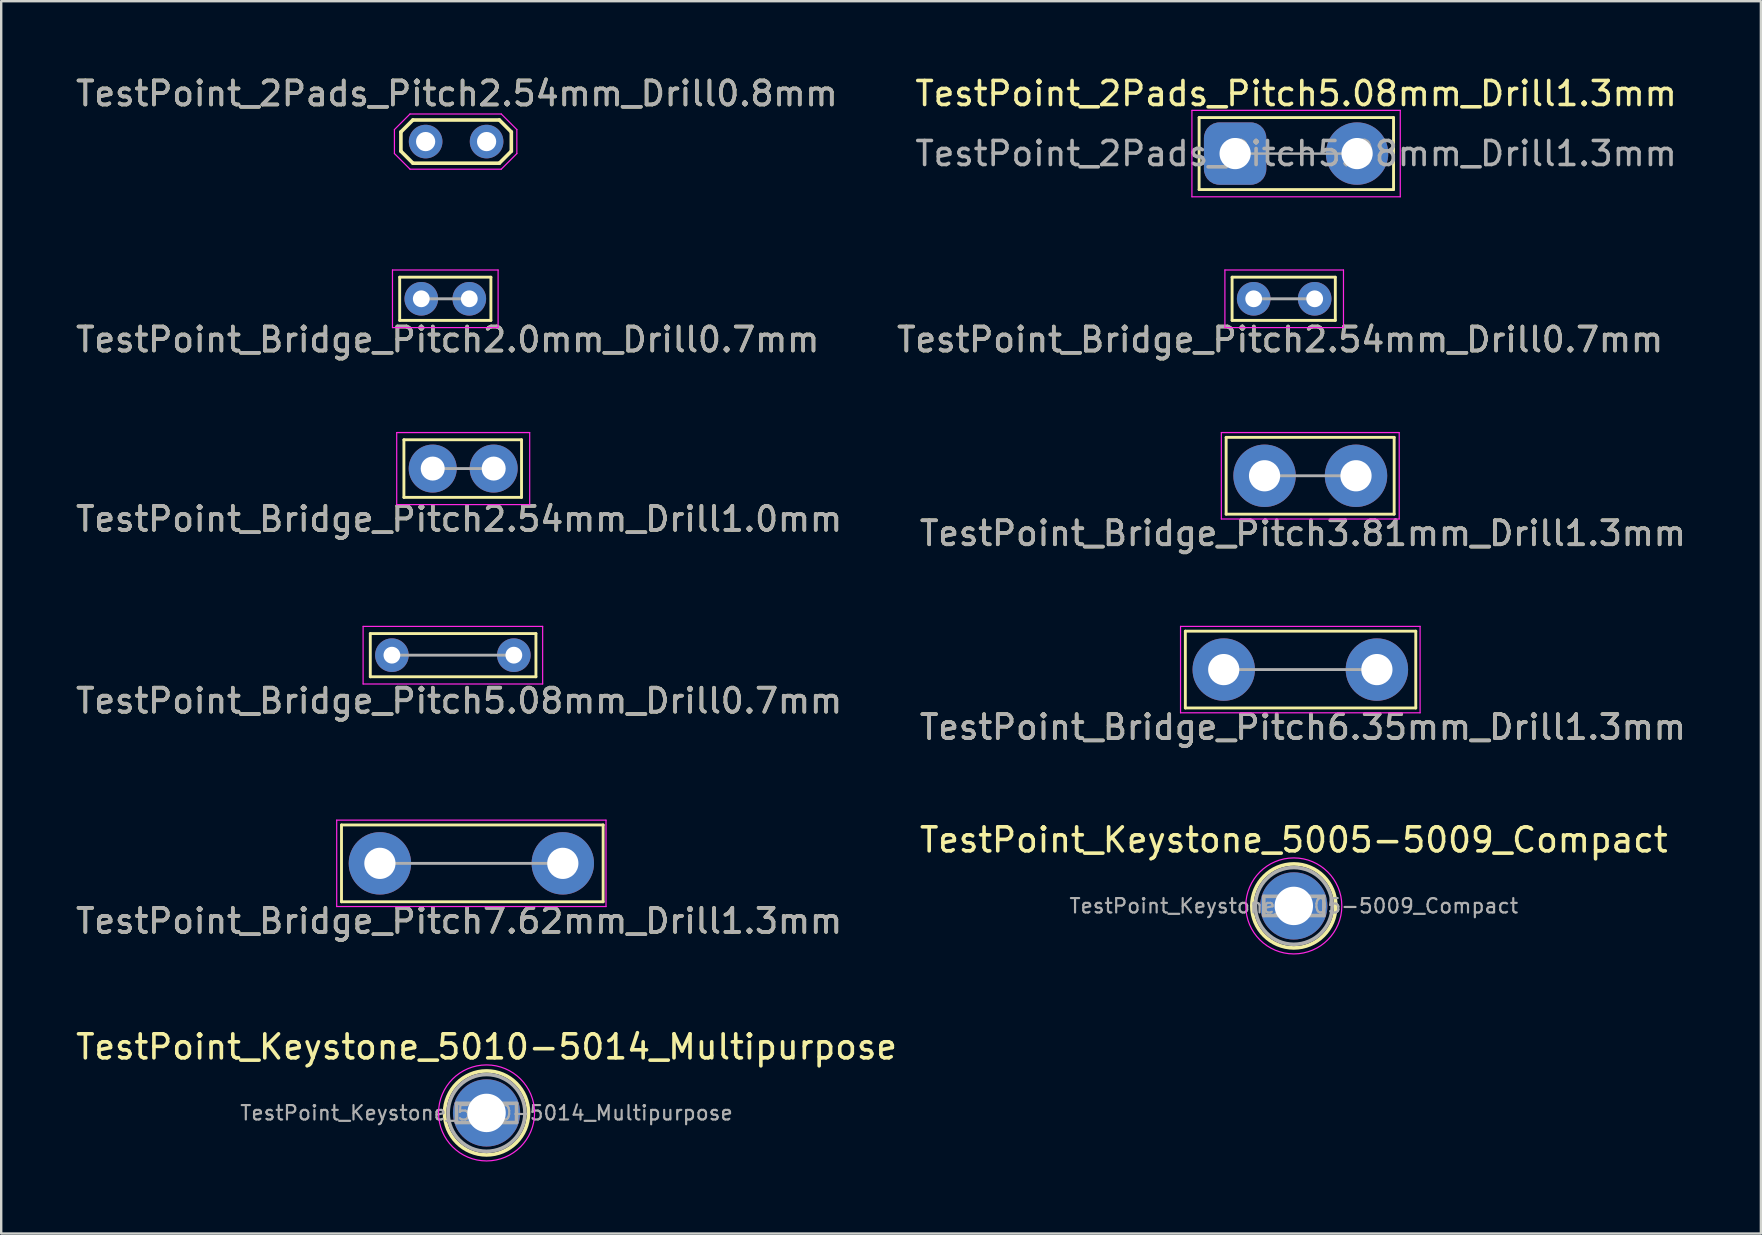
<source format=kicad_pcb>
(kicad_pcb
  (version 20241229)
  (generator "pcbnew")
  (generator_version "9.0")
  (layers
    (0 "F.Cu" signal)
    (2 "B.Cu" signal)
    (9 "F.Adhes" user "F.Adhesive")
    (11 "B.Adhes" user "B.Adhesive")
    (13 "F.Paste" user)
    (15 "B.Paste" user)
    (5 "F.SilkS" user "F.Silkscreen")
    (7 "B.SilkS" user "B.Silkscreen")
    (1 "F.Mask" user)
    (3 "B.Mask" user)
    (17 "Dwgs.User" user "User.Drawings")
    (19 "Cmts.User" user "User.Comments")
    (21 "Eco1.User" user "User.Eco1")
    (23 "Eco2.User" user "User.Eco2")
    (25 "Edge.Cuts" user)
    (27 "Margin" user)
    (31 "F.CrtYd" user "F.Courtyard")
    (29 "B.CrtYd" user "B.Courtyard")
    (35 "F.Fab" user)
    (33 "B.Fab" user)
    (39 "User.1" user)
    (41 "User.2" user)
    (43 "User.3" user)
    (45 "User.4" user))
  (footprint "TestPoint_Bridge_Pitch5.08mm_Drill0.7mm"
    (layer "F.Cu")
    (at 13.277 24.245)
    (property "Reference" "TestPoint_Bridge_Pitch5.08mm_Drill0.7mm" (at 2.8 1.9 0) (layer "F.SilkS") (effects (font (size 1 1) (thickness 0.15))))
    (attr through_hole)
    (fp_line (start -0.9 -0.9) (end 6 -0.9) (stroke (width 0.12) (type solid)) (layer "F.SilkS"))
    (fp_line (start -0.9 0.9) (end -0.9 -0.9) (stroke (width 0.12) (type solid)) (layer "F.SilkS"))
    (fp_line (start 6 -0.9) (end 6 0.9) (stroke (width 0.12) (type solid)) (layer "F.SilkS"))
    (fp_line (start 6 0.9) (end -0.9 0.9) (stroke (width 0.12) (type solid)) (layer "F.SilkS"))
    (fp_line (start -1.2 -1.2) (end -1.2 1.2) (stroke (width 0.05) (type solid)) (layer "F.CrtYd"))
    (fp_line (start -1.2 -1.2) (end 6.28 -1.2) (stroke (width 0.05) (type solid)) (layer "F.CrtYd"))
    (fp_line (start 6.28 1.2) (end -1.2 1.2) (stroke (width 0.05) (type solid)) (layer "F.CrtYd"))
    (fp_line (start 6.28 1.2) (end 6.28 -1.2) (stroke (width 0.05) (type solid)) (layer "F.CrtYd"))
    (fp_line (start 5.08 0) (end 0 0) (stroke (width 0.12) (type solid)) (layer "F.Fab"))
    (fp_text user "${REFERENCE}" (at 2.8 1.9 0) (layer "F.Fab") (effects (font (size 1 1) (thickness 0.15))))
    (pad "1" thru_hole circle (at 0 0) (size 1.4 1.4) (drill 0.7) (layers "*.Cu" "*.Mask"))
    (pad "1" thru_hole circle (at 5.08 0) (size 1.4 1.4) (drill 0.7) (layers "*.Cu" "*.Mask")))
  (footprint "TestPoint_2Pads_Pitch2.54mm_Drill0.8mm"
    (layer "F.Cu")
    (at 14.682 2.848)
    (property "Reference" "TestPoint_2Pads_Pitch2.54mm_Drill0.8mm" (at 1.3 -2 0) (layer "F.SilkS") (effects (font (size 1 1) (thickness 0.15))))
    (attr exclude_from_pos_files exclude_from_bom)
    (fp_line (start -1.03 -0.4) (end -0.53 -0.9) (stroke (width 0.15) (type solid)) (layer "F.SilkS"))
    (fp_line (start -1.03 0.4) (end -1.03 -0.4) (stroke (width 0.15) (type solid)) (layer "F.SilkS"))
    (fp_line (start -0.53 -0.9) (end 3.07 -0.9) (stroke (width 0.15) (type solid)) (layer "F.SilkS"))
    (fp_line (start -0.53 0.9) (end -1.03 0.4) (stroke (width 0.15) (type solid)) (layer "F.SilkS"))
    (fp_line (start 3.07 -0.9) (end 3.57 -0.4) (stroke (width 0.15) (type solid)) (layer "F.SilkS"))
    (fp_line (start 3.07 0.9) (end -0.53 0.9) (stroke (width 0.15) (type solid)) (layer "F.SilkS"))
    (fp_line (start 3.57 -0.4) (end 3.57 0.4) (stroke (width 0.15) (type solid)) (layer "F.SilkS"))
    (fp_line (start 3.57 0.4) (end 3.07 0.9) (stroke (width 0.15) (type solid)) (layer "F.SilkS"))
    (fp_line (start -1.3 -0.5) (end -1.3 0.5) (stroke (width 0.05) (type solid)) (layer "F.CrtYd"))
    (fp_line (start -1.3 0.5) (end -0.65 1.15) (stroke (width 0.05) (type solid)) (layer "F.CrtYd"))
    (fp_line (start -0.65 -1.15) (end -1.3 -0.5) (stroke (width 0.05) (type solid)) (layer "F.CrtYd"))
    (fp_line (start -0.65 1.15) (end 3.15 1.15) (stroke (width 0.05) (type solid)) (layer "F.CrtYd"))
    (fp_line (start 3.15 -1.15) (end -0.65 -1.15) (stroke (width 0.05) (type solid)) (layer "F.CrtYd"))
    (fp_line (start 3.15 1.15) (end 3.8 0.5) (stroke (width 0.05) (type solid)) (layer "F.CrtYd"))
    (fp_line (start 3.8 -0.5) (end 3.15 -1.15) (stroke (width 0.05) (type solid)) (layer "F.CrtYd"))
    (fp_line (start 3.8 0.5) (end 3.8 -0.5) (stroke (width 0.05) (type solid)) (layer "F.CrtYd"))
    (fp_text user "${REFERENCE}" (at 1.3 -2 0) (layer "F.Fab") (effects (font (size 1 1) (thickness 0.15))))
    (pad "1" thru_hole circle (at 0 0) (size 1.4 1.4) (drill 0.8) (layers "*.Cu" "*.Mask"))
    (pad "2" thru_hole circle (at 2.54 0) (size 1.4 1.4) (drill 0.8) (layers "*.Cu" "*.Mask")))
  (footprint "TestPoint_Keystone_5010-5014_Multipurpose"
    (layer "F.Cu")
    (at 17.22 43.315)
    (property "Reference" "TestPoint_Keystone_5010-5014_Multipurpose" (at 0 -2.75 0) (layer "F.SilkS") (effects (font (size 1 1) (thickness 0.15))))
    (attr through_hole)
    (fp_circle (center 0 0) (end 1.75 0) (stroke (width 0.15) (type solid)) (fill no) (layer "F.SilkS"))
    (fp_circle (center 0 0) (end 2 0) (stroke (width 0.05) (type solid)) (fill no) (layer "F.CrtYd"))
    (fp_line (start -1.25 -0.4) (end 1.25 -0.4) (stroke (width 0.15) (type solid)) (layer "F.Fab"))
    (fp_line (start -1.25 0.4) (end -1.25 -0.4) (stroke (width 0.15) (type solid)) (layer "F.Fab"))
    (fp_line (start 1.25 -0.4) (end 1.25 0.4) (stroke (width 0.15) (type solid)) (layer "F.Fab"))
    (fp_line (start 1.25 0.4) (end -1.25 0.4) (stroke (width 0.15) (type solid)) (layer "F.Fab"))
    (fp_circle (center 0 0) (end 1.6 0) (stroke (width 0.15) (type solid)) (fill no) (layer "F.Fab"))
    (fp_text user "${REFERENCE}" (at 0 0 0) (layer "F.Fab") (effects (font (size 0.6 0.6) (thickness 0.09))))
    (pad "1" thru_hole circle (at 0 0) (size 2.8 2.8) (drill 1.6) (layers "*.Cu" "*.Mask")))
  (footprint "TestPoint_Bridge_Pitch2.0mm_Drill0.7mm"
    (layer "F.Cu")
    (at 14.501 9.398)
    (property "Reference" "TestPoint_Bridge_Pitch2.0mm_Drill0.7mm" (at 1.1 1.7 0) (layer "F.SilkS") (effects (font (size 1 1) (thickness 0.15))))
    (attr through_hole)
    (fp_line (start -0.9 -0.9) (end -0.9 0.9) (stroke (width 0.12) (type solid)) (layer "F.SilkS"))
    (fp_line (start -0.9 0.9) (end 2.9 0.9) (stroke (width 0.12) (type solid)) (layer "F.SilkS"))
    (fp_line (start 2.9 -0.9) (end -0.9 -0.9) (stroke (width 0.12) (type solid)) (layer "F.SilkS"))
    (fp_line (start 2.9 0.9) (end 2.9 -0.9) (stroke (width 0.12) (type solid)) (layer "F.SilkS"))
    (fp_line (start -1.2 1.2) (end -1.2 -1.2) (stroke (width 0.05) (type solid)) (layer "F.CrtYd"))
    (fp_line (start -1.2 1.2) (end 3.2 1.2) (stroke (width 0.05) (type solid)) (layer "F.CrtYd"))
    (fp_line (start 3.2 -1.2) (end -1.2 -1.2) (stroke (width 0.05) (type solid)) (layer "F.CrtYd"))
    (fp_line (start 3.2 -1.2) (end 3.2 1.2) (stroke (width 0.05) (type solid)) (layer "F.CrtYd"))
    (fp_line (start 2 0) (end 0 0) (stroke (width 0.12) (type solid)) (layer "F.Fab"))
    (fp_text user "${REFERENCE}" (at 1.1 1.7 0) (layer "F.Fab") (effects (font (size 1 1) (thickness 0.15))))
    (pad "1" thru_hole circle (at 0 0) (size 1.4 1.4) (drill 0.7) (layers "*.Cu" "*.Mask"))
    (pad "1" thru_hole circle (at 2 0) (size 1.4 1.4) (drill 0.7) (layers "*.Cu" "*.Mask")))
  (footprint "TestPoint_Bridge_Pitch6.35mm_Drill1.3mm"
    (layer "F.Cu")
    (at 47.932 24.845)
    (property "Reference" "TestPoint_Bridge_Pitch6.35mm_Drill1.3mm" (at 3.3 2.4 0) (layer "F.SilkS") (effects (font (size 1 1) (thickness 0.15))))
    (attr through_hole)
    (fp_line (start -1.6 -1.6) (end 8 -1.6) (stroke (width 0.12) (type solid)) (layer "F.SilkS"))
    (fp_line (start -1.6 1.6) (end -1.6 -1.6) (stroke (width 0.12) (type solid)) (layer "F.SilkS"))
    (fp_line (start 8 -1.6) (end 8 1.6) (stroke (width 0.12) (type solid)) (layer "F.SilkS"))
    (fp_line (start 8 1.6) (end -1.6 1.6) (stroke (width 0.12) (type solid)) (layer "F.SilkS"))
    (fp_line (start -1.8 -1.8) (end -1.8 1.8) (stroke (width 0.05) (type solid)) (layer "F.CrtYd"))
    (fp_line (start -1.8 -1.8) (end 8.18 -1.8) (stroke (width 0.05) (type solid)) (layer "F.CrtYd"))
    (fp_line (start 8.18 1.8) (end -1.8 1.8) (stroke (width 0.05) (type solid)) (layer "F.CrtYd"))
    (fp_line (start 8.18 1.8) (end 8.18 -1.8) (stroke (width 0.05) (type solid)) (layer "F.CrtYd"))
    (fp_line (start 6.35 0) (end 0 0) (stroke (width 0.12) (type solid)) (layer "F.Fab"))
    (fp_text user "${REFERENCE}" (at 3.3 2.4 0) (layer "F.Fab") (effects (font (size 1 1) (thickness 0.15))))
    (pad "1" thru_hole circle (at 0 0) (size 2.6 2.6) (drill 1.3) (layers "*.Cu" "*.Mask"))
    (pad "1" thru_hole circle (at 6.38 0) (size 2.6 2.6) (drill 1.3) (layers "*.Cu" "*.Mask")))
  (footprint "TestPoint_Keystone_5005-5009_Compact"
    (layer "F.Cu")
    (at 50.851 34.691)
    (property "Reference" "TestPoint_Keystone_5005-5009_Compact" (at 0 -2.75 0) (layer "F.SilkS") (effects (font (size 1 1) (thickness 0.15))))
    (attr through_hole)
    (fp_circle (center 0 0) (end 1.75 0) (stroke (width 0.15) (type solid)) (fill no) (layer "F.SilkS"))
    (fp_circle (center 0 0) (end 2 0) (stroke (width 0.05) (type solid)) (fill no) (layer "F.CrtYd"))
    (fp_line (start -1.25 -0.4) (end 1.25 -0.4) (stroke (width 0.15) (type solid)) (layer "F.Fab"))
    (fp_line (start -1.25 0.4) (end -1.25 -0.4) (stroke (width 0.15) (type solid)) (layer "F.Fab"))
    (fp_line (start 1.25 -0.4) (end 1.25 0.4) (stroke (width 0.15) (type solid)) (layer "F.Fab"))
    (fp_line (start 1.25 0.4) (end -1.25 0.4) (stroke (width 0.15) (type solid)) (layer "F.Fab"))
    (fp_circle (center 0 0) (end 1.6 0) (stroke (width 0.15) (type solid)) (fill no) (layer "F.Fab"))
    (fp_text user "${REFERENCE}" (at 0 0 0) (layer "F.Fab") (effects (font (size 0.6 0.6) (thickness 0.09))))
    (pad "1" thru_hole circle (at 0 0) (size 2.8 2.8) (drill 1.6) (layers "*.Cu" "*.Mask")))
  (footprint "TestPoint_Bridge_Pitch7.62mm_Drill1.3mm"
    (layer "F.Cu")
    (at 12.777 32.918)
    (property "Reference" "TestPoint_Bridge_Pitch7.62mm_Drill1.3mm" (at 3.3 2.4 0) (layer "F.SilkS") (effects (font (size 1 1) (thickness 0.15))))
    (attr through_hole)
    (fp_line (start -1.6 -1.6) (end 9.3 -1.6) (stroke (width 0.12) (type solid)) (layer "F.SilkS"))
    (fp_line (start -1.6 1.6) (end -1.6 -1.6) (stroke (width 0.12) (type solid)) (layer "F.SilkS"))
    (fp_line (start 9.3 -1.6) (end 9.3 1.6) (stroke (width 0.12) (type solid)) (layer "F.SilkS"))
    (fp_line (start 9.3 1.6) (end -1.6 1.6) (stroke (width 0.12) (type solid)) (layer "F.SilkS"))
    (fp_line (start -1.8 -1.8) (end -1.8 1.8) (stroke (width 0.05) (type solid)) (layer "F.CrtYd"))
    (fp_line (start -1.8 -1.8) (end 9.42 -1.8) (stroke (width 0.05) (type solid)) (layer "F.CrtYd"))
    (fp_line (start 9.42 1.8) (end -1.8 1.8) (stroke (width 0.05) (type solid)) (layer "F.CrtYd"))
    (fp_line (start 9.42 1.8) (end 9.42 -1.8) (stroke (width 0.05) (type solid)) (layer "F.CrtYd"))
    (fp_line (start 7.62 0) (end 0 0) (stroke (width 0.12) (type solid)) (layer "F.Fab"))
    (fp_text user "${REFERENCE}" (at 3.3 2.4 0) (layer "F.Fab") (effects (font (size 1 1) (thickness 0.15))))
    (pad "1" thru_hole circle (at 0 0) (size 2.6 2.6) (drill 1.3) (layers "*.Cu" "*.Mask"))
    (pad "1" thru_hole circle (at 7.62 0) (size 2.6 2.6) (drill 1.3) (layers "*.Cu" "*.Mask")))
  (footprint "TestPoint_Bridge_Pitch3.81mm_Drill1.3mm"
    (layer "F.Cu")
    (at 49.632 16.771)
    (property "Reference" "TestPoint_Bridge_Pitch3.81mm_Drill1.3mm" (at 1.6 2.4 0) (layer "F.SilkS") (effects (font (size 1 1) (thickness 0.15))))
    (attr through_hole)
    (fp_line (start -1.6 -1.6) (end 5.4 -1.6) (stroke (width 0.12) (type solid)) (layer "F.SilkS"))
    (fp_line (start -1.6 1.6) (end -1.6 -1.6) (stroke (width 0.12) (type solid)) (layer "F.SilkS"))
    (fp_line (start 5.4 -1.6) (end 5.4 1.6) (stroke (width 0.12) (type solid)) (layer "F.SilkS"))
    (fp_line (start 5.4 1.6) (end -1.6 1.6) (stroke (width 0.12) (type solid)) (layer "F.SilkS"))
    (fp_line (start -1.8 -1.8) (end -1.8 1.8) (stroke (width 0.05) (type solid)) (layer "F.CrtYd"))
    (fp_line (start -1.8 -1.8) (end 5.61 -1.8) (stroke (width 0.05) (type solid)) (layer "F.CrtYd"))
    (fp_line (start 5.61 1.8) (end -1.8 1.8) (stroke (width 0.05) (type solid)) (layer "F.CrtYd"))
    (fp_line (start 5.61 1.8) (end 5.61 -1.8) (stroke (width 0.05) (type solid)) (layer "F.CrtYd"))
    (fp_line (start 3.81 0) (end 0 0) (stroke (width 0.12) (type solid)) (layer "F.Fab"))
    (fp_text user "${REFERENCE}" (at 1.6 2.4 0) (layer "F.Fab") (effects (font (size 1 1) (thickness 0.15))))
    (pad "1" thru_hole circle (at 0 0) (size 2.6 2.6) (drill 1.3) (layers "*.Cu" "*.Mask"))
    (pad "1" thru_hole circle (at 3.81 0) (size 2.6 2.6) (drill 1.3) (layers "*.Cu" "*.Mask")))
  (footprint "TestPoint_Bridge_Pitch2.54mm_Drill1.0mm"
    (layer "F.Cu")
    (at 14.977 16.471)
    (property "Reference" "TestPoint_Bridge_Pitch2.54mm_Drill1.0mm" (at 1.1 2.1 0) (layer "F.SilkS") (effects (font (size 1 1) (thickness 0.15))))
    (attr through_hole)
    (fp_line (start -1.2 -1.2) (end -1.2 1.2) (stroke (width 0.12) (type solid)) (layer "F.SilkS"))
    (fp_line (start -1.2 1.2) (end 3.7 1.2) (stroke (width 0.12) (type solid)) (layer "F.SilkS"))
    (fp_line (start 3.7 -1.2) (end -1.2 -1.2) (stroke (width 0.12) (type solid)) (layer "F.SilkS"))
    (fp_line (start 3.7 1.2) (end 3.7 -1.2) (stroke (width 0.12) (type solid)) (layer "F.SilkS"))
    (fp_line (start -1.5 -1.5) (end -1.5 1.5) (stroke (width 0.05) (type solid)) (layer "F.CrtYd"))
    (fp_line (start -1.5 -1.5) (end 4.04 -1.5) (stroke (width 0.05) (type solid)) (layer "F.CrtYd"))
    (fp_line (start 4.04 1.5) (end -1.5 1.5) (stroke (width 0.05) (type solid)) (layer "F.CrtYd"))
    (fp_line (start 4.04 1.5) (end 4.04 -1.5) (stroke (width 0.05) (type solid)) (layer "F.CrtYd"))
    (fp_line (start 2.54 0) (end 0 0) (stroke (width 0.12) (type solid)) (layer "F.Fab"))
    (fp_text user "${REFERENCE}" (at 1.1 2.1 0) (layer "F.Fab") (effects (font (size 1 1) (thickness 0.15))))
    (pad "1" thru_hole circle (at 0 0) (size 2 2) (drill 1) (layers "*.Cu" "*.Mask"))
    (pad "1" thru_hole circle (at 2.54 0) (size 2 2) (drill 1) (layers "*.Cu" "*.Mask")))
  (footprint "TestPoint_2Pads_Pitch5.08mm_Drill1.3mm"
    (layer "F.Cu")
    (at 48.406 3.348)
    (property "Reference" "TestPoint_2Pads_Pitch5.08mm_Drill1.3mm" (at 2.54 -2.5 0) (layer "F.SilkS") (effects (font (size 1 1) (thickness 0.15))))
    (attr exclude_from_pos_files exclude_from_bom)
    (fp_line (start -1.5 -1.5) (end -1.5 1.5) (stroke (width 0.12) (type solid)) (layer "F.SilkS"))
    (fp_line (start -1.5 -1.5) (end 6.6 -1.5) (stroke (width 0.12) (type solid)) (layer "F.SilkS"))
    (fp_line (start 6.6 1.5) (end -1.5 1.5) (stroke (width 0.12) (type solid)) (layer "F.SilkS"))
    (fp_line (start 6.6 1.5) (end 6.6 -1.5) (stroke (width 0.12) (type solid)) (layer "F.SilkS"))
    (fp_line (start -1.8 -1.8) (end -1.8 1.8) (stroke (width 0.05) (type solid)) (layer "F.CrtYd"))
    (fp_line (start -1.8 -1.8) (end 6.88 -1.8) (stroke (width 0.05) (type solid)) (layer "F.CrtYd"))
    (fp_line (start 6.88 1.8) (end -1.8 1.8) (stroke (width 0.05) (type solid)) (layer "F.CrtYd"))
    (fp_line (start 6.88 1.8) (end 6.88 -1.8) (stroke (width 0.05) (type solid)) (layer "F.CrtYd"))
    (fp_line (start 5.08 0) (end 0 0) (stroke (width 0.1) (type solid)) (layer "F.Fab"))
    (fp_text user "${REFERENCE}" (at 2.54 0 0) (layer "F.Fab") (effects (font (size 1 1) (thickness 0.15))))
    (pad "1" thru_hole roundrect (at 0 0) (size 2.6 2.6) (drill 1.3) (layers "*.Cu" "*.Mask") (roundrect_rratio 0.25))
    (pad "2" thru_hole circle (at 5.08 0) (size 2.6 2.6) (drill 1.3) (layers "*.Cu" "*.Mask")))
  (footprint "TestPoint_Bridge_Pitch2.54mm_Drill0.7mm"
    (layer "F.Cu")
    (at 49.18 9.398)
    (property "Reference" "TestPoint_Bridge_Pitch2.54mm_Drill0.7mm" (at 1.1 1.7 0) (layer "F.SilkS") (effects (font (size 1 1) (thickness 0.15))))
    (attr through_hole)
    (fp_line (start -0.9 -0.9) (end -0.9 0.9) (stroke (width 0.12) (type solid)) (layer "F.SilkS"))
    (fp_line (start -0.9 -0.9) (end 3.4 -0.9) (stroke (width 0.12) (type solid)) (layer "F.SilkS"))
    (fp_line (start 3.4 0.9) (end -0.9 0.9) (stroke (width 0.12) (type solid)) (layer "F.SilkS"))
    (fp_line (start 3.4 0.9) (end 3.4 -0.9) (stroke (width 0.12) (type solid)) (layer "F.SilkS"))
    (fp_line (start -1.2 -1.2) (end -1.2 1.2) (stroke (width 0.05) (type solid)) (layer "F.CrtYd"))
    (fp_line (start -1.2 -1.2) (end 3.74 -1.2) (stroke (width 0.05) (type solid)) (layer "F.CrtYd"))
    (fp_line (start 3.74 1.2) (end -1.2 1.2) (stroke (width 0.05) (type solid)) (layer "F.CrtYd"))
    (fp_line (start 3.74 1.2) (end 3.74 -1.2) (stroke (width 0.05) (type solid)) (layer "F.CrtYd"))
    (fp_line (start 2.54 0) (end 0 0) (stroke (width 0.12) (type solid)) (layer "F.Fab"))
    (fp_text user "${REFERENCE}" (at 1.1 1.7 0) (layer "F.Fab") (effects (font (size 1 1) (thickness 0.15))))
    (pad "1" thru_hole circle (at 0 0) (size 1.4 1.4) (drill 0.7) (layers "*.Cu" "*.Mask"))
    (pad "1" thru_hole circle (at 2.54 0) (size 1.4 1.4) (drill 0.7) (layers "*.Cu" "*.Mask")))
  (gr_rect
    (start -3 -3)
    (end 70.31 48.34)
    (stroke (width 0.1) (type default))
    (fill no)
    (layer "Edge.Cuts")))
</source>
